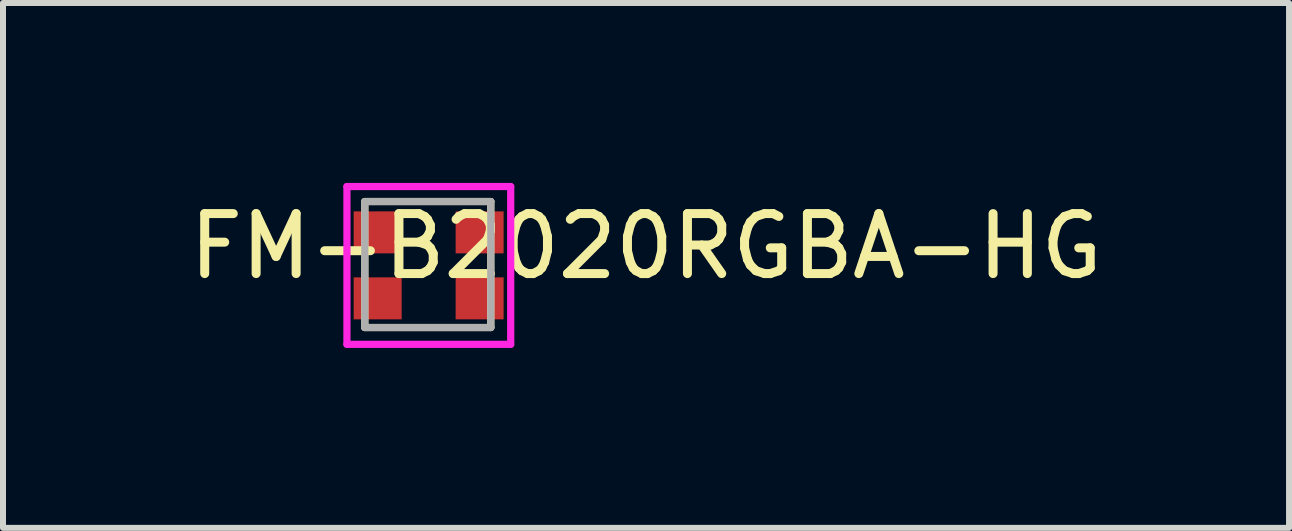
<source format=kicad_pcb>
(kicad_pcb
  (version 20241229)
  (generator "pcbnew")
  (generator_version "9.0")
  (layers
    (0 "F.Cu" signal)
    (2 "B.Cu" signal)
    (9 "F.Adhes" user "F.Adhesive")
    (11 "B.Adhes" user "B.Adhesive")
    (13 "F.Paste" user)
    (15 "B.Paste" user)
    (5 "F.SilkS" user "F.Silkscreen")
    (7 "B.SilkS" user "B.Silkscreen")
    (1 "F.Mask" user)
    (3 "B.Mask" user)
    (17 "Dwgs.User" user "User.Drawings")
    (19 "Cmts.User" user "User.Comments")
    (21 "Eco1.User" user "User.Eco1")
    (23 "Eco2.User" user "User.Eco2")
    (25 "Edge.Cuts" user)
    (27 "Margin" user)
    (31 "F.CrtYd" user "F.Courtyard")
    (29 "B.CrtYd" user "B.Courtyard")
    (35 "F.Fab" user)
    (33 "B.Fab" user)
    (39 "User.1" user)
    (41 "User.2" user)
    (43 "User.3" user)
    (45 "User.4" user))
  (footprint "FM-B2020RGBA-HG"
    (layer "F.Cu")
    (at 4.164 1.31)
    (property "Reference" "FM-B2020RGBA-HG" (at 3.556 -0.254 0) (layer "F.SilkS") (effects (font (size 1 1) (thickness 0.15))))
    (attr smd)
    (fp_line (start -1.132 -1) (end 0.968 -1) (stroke (width 0.12) (type solid)) (layer "F.SilkS"))
    (fp_line (start -1.132 1.1) (end -1.132 -1) (stroke (width 0.12) (type solid)) (layer "F.SilkS"))
    (fp_line (start -1.132 1.1) (end 0.968 1.1) (stroke (width 0.12) (type solid)) (layer "F.SilkS"))
    (fp_line (start 0.968 1.1) (end 0.968 -1) (stroke (width 0.12) (type solid)) (layer "F.SilkS"))
    (fp_line (start -1.43 -1.25) (end 1.3 -1.25) (stroke (width 0.12) (type solid)) (layer "F.CrtYd"))
    (fp_line (start -1.43 1.38) (end -1.43 -1.25) (stroke (width 0.12) (type solid)) (layer "F.CrtYd"))
    (fp_line (start 1.3 1.38) (end -1.43 1.38) (stroke (width 0.12) (type solid)) (layer "F.CrtYd"))
    (fp_line (start 1.3 1.38) (end 1.3 -1.25) (stroke (width 0.12) (type solid)) (layer "F.CrtYd"))
    (fp_line (start -1.132 -1) (end 0.968 -1) (stroke (width 0.12) (type solid)) (layer "F.Fab"))
    (fp_line (start -1.132 1.1) (end -1.132 -1) (stroke (width 0.12) (type solid)) (layer "F.Fab"))
    (fp_line (start -1.132 1.1) (end 0.968 1.1) (stroke (width 0.12) (type solid)) (layer "F.Fab"))
    (fp_line (start 0.968 1.1) (end 0.968 -1) (stroke (width 0.12) (type solid)) (layer "F.Fab"))
    (pad "1" smd rect (at 0.782 0.614 180) (size 0.8 0.7) (layers "F.Cu" "F.Mask" "F.Paste"))
    (pad "2" smd rect (at -0.918 0.614) (size 0.8 0.7) (layers "F.Cu" "F.Mask" "F.Paste"))
    (pad "3" smd rect (at -0.918 -0.486) (size 0.8 0.7) (layers "F.Cu" "F.Mask" "F.Paste"))
    (pad "4" smd rect (at 0.782 -0.486) (size 0.8 0.7) (layers "F.Cu" "F.Mask" "F.Paste")))
  (gr_rect
    (start -3 -3)
    (end 18.44 5.75)
    (stroke (width 0.1) (type default))
    (fill no)
    (layer "Edge.Cuts")))
</source>
